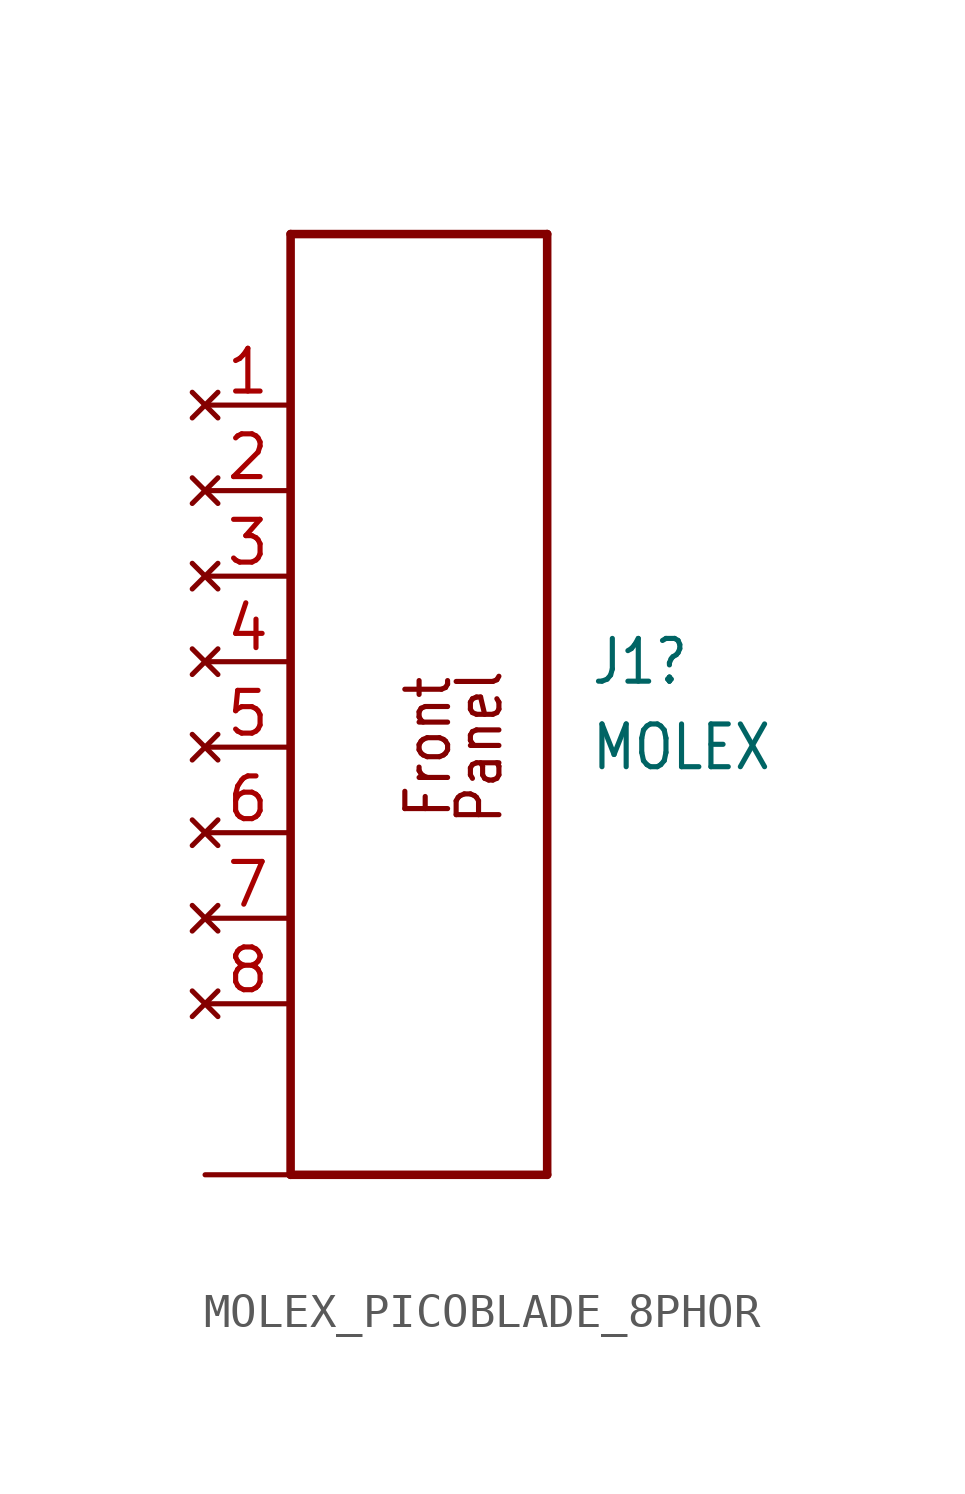
<source format=kicad_sym>
(kicad_symbol_lib
  (version 20241209)
  (generator "kicad_symbol_editor")
  (generator_version "9.0")
  (symbol "MOLEX_PICOBLADE_8PHOR"
    (property "Reference" "J1"
      (at 6.35 0.0001 0)
      (effects (font (size 1.27 1.079)) (justify left)))
    (property "Value" "MOLEX"
      (at 6.35 -2.54 0)
      (effects (font (size 1.27 1.079)) (justify left)))
    (property "LOCATION" "Front"
      (at 0 0 0)
      (effects (font (size 1.27 1.27)) (hide yes)))
    (property "FUNCTION" "Panel"
      (at 0 0 0)
      (effects (font (size 1.27 1.27)) (hide yes)))
    (symbol "MOLEX_PICOBLADE_8PHOR_1_0"
      (polyline (pts (xy -2.54 12.7) (xy 5.08 12.7)) (stroke (width 0.254) (type solid)) (fill (type none)))
      (polyline (pts (xy -2.54 -15.24) (xy -2.54 12.7)) (stroke (width 0.254) (type solid)) (fill (type none)))
      (polyline (pts (xy 5.08 12.7) (xy 5.08 -15.24)) (stroke (width 0.254) (type solid)) (fill (type none)))
      (polyline (pts (xy 5.08 -15.24) (xy -2.54 -15.24)) (stroke (width 0.254) (type solid)) (fill (type none)))
      (text "${LOCATION}" (at 2.286 -2.54 900) (effects (font (size 1.27 1.079)) (justify bottom)))
      (text "${FUNCTION}" (at 3.81 -2.54 900) (effects (font (size 1.27 1.079)) (justify bottom)))
      (pin no_connect line (at -5.08 7.62 0) (length 2.54) (name "1" (effects (font (size 0 0)))) (number "1" (effects (font (size 1.27 1.27)))) (alternate "1.bidir" bidirectional line) (alternate "1.free" free line) (alternate "1.in" input line) (alternate "1.oc" open_collector line) (alternate "1.oe" open_emitter line) (alternate "1.out" output line) (alternate "1.pas" passive line) (alternate "1.pow" power_in line) (alternate "1.sup" power_out line) (alternate "1.tristate" tri_state line) (alternate "1.unspec" unspecified line))
      (pin no_connect line (at -5.08 5.08 0) (length 2.54) (name "2" (effects (font (size 0 0)))) (number "2" (effects (font (size 1.27 1.27)))) (alternate "2.bidir" bidirectional line) (alternate "2.free" free line) (alternate "2.in" input line) (alternate "2.oc" open_collector line) (alternate "2.oe" open_emitter line) (alternate "2.out" output line) (alternate "2.pas" passive line) (alternate "2.pow" power_in line) (alternate "2.sup" power_out line) (alternate "2.tristate" tri_state line) (alternate "2.unspec" unspecified line))
      (pin no_connect line (at -5.08 2.54 0) (length 2.54) (name "3" (effects (font (size 0 0)))) (number "3" (effects (font (size 1.27 1.27)))) (alternate "3.bidir" bidirectional line) (alternate "3.free" free line) (alternate "3.in" input line) (alternate "3.oc" open_collector line) (alternate "3.oe" open_emitter line) (alternate "3.out" output line) (alternate "3.pas" passive line) (alternate "3.pow" power_in line) (alternate "3.sup" power_out line) (alternate "3.tristate" tri_state line) (alternate "3.unspec" unspecified line))
      (pin no_connect line (at -5.08 0 0) (length 2.54) (name "4" (effects (font (size 0 0)))) (number "4" (effects (font (size 1.27 1.27)))) (alternate "4.bidir" bidirectional line) (alternate "4.free" free line) (alternate "4.in" input line) (alternate "4.oc" open_collector line) (alternate "4.oe" open_emitter line) (alternate "4.out" output line) (alternate "4.pas" passive line) (alternate "4.pow" power_in line) (alternate "4.sup" power_out line) (alternate "4.tristate" tri_state line) (alternate "4.unspec" unspecified line))
      (pin no_connect line (at -5.08 -2.54 0) (length 2.54) (name "5" (effects (font (size 0 0)))) (number "5" (effects (font (size 1.27 1.27)))) (alternate "5.bidir" bidirectional line) (alternate "5.free" free line) (alternate "5.in" input line) (alternate "5.oc" open_collector line) (alternate "5.oe" open_emitter line) (alternate "5.out" output line) (alternate "5.pas" passive line) (alternate "5.pow" power_in line) (alternate "5.sup" power_out line) (alternate "5.tristate" tri_state line) (alternate "5.unspec" unspecified line))
      (pin no_connect line (at -5.08 -5.08 0) (length 2.54) (name "6" (effects (font (size 0 0)))) (number "6" (effects (font (size 1.27 1.27)))) (alternate "6.bidir" bidirectional line) (alternate "6.free" free line) (alternate "6.in" input line) (alternate "6.oc" open_collector line) (alternate "6.oe" open_emitter line) (alternate "6.out" output line) (alternate "6.pas" passive line) (alternate "6.pow" power_in line) (alternate "6.sup" power_out line) (alternate "6.tristate" tri_state line) (alternate "6.unspec" unspecified line))
      (pin no_connect line (at -5.08 -7.62 0) (length 2.54) (name "7" (effects (font (size 0 0)))) (number "7" (effects (font (size 1.27 1.27)))) (alternate "7.bidir" bidirectional line) (alternate "7.free" free line) (alternate "7.in" input line) (alternate "7.oc" open_collector line) (alternate "7.oe" open_emitter line) (alternate "7.out" output line) (alternate "7.pas" passive line) (alternate "7.pow" power_in line) (alternate "7.sup" power_out line) (alternate "7.tristate" tri_state line) (alternate "7.unspec" unspecified line))
      (pin no_connect line (at -5.08 -10.16 0) (length 2.54) (name "8" (effects (font (size 0 0)))) (number "8" (effects (font (size 1.27 1.27)))) (alternate "8.bidir" bidirectional line) (alternate "8.free" free line) (alternate "8.in" input line) (alternate "8.oc" open_collector line) (alternate "8.oe" open_emitter line) (alternate "8.out" output line) (alternate "8.pas" passive line) (alternate "8.pow" power_in line) (alternate "8.sup" power_out line) (alternate "8.tristate" tri_state line) (alternate "8.unspec" unspecified line))
      (pin passive line (at -5.08 -15.24 0) (length 2.54) (name "G" (effects (font (size 0 0)))) (number "G" (effects (font (size 0 0))))))))
</source>
